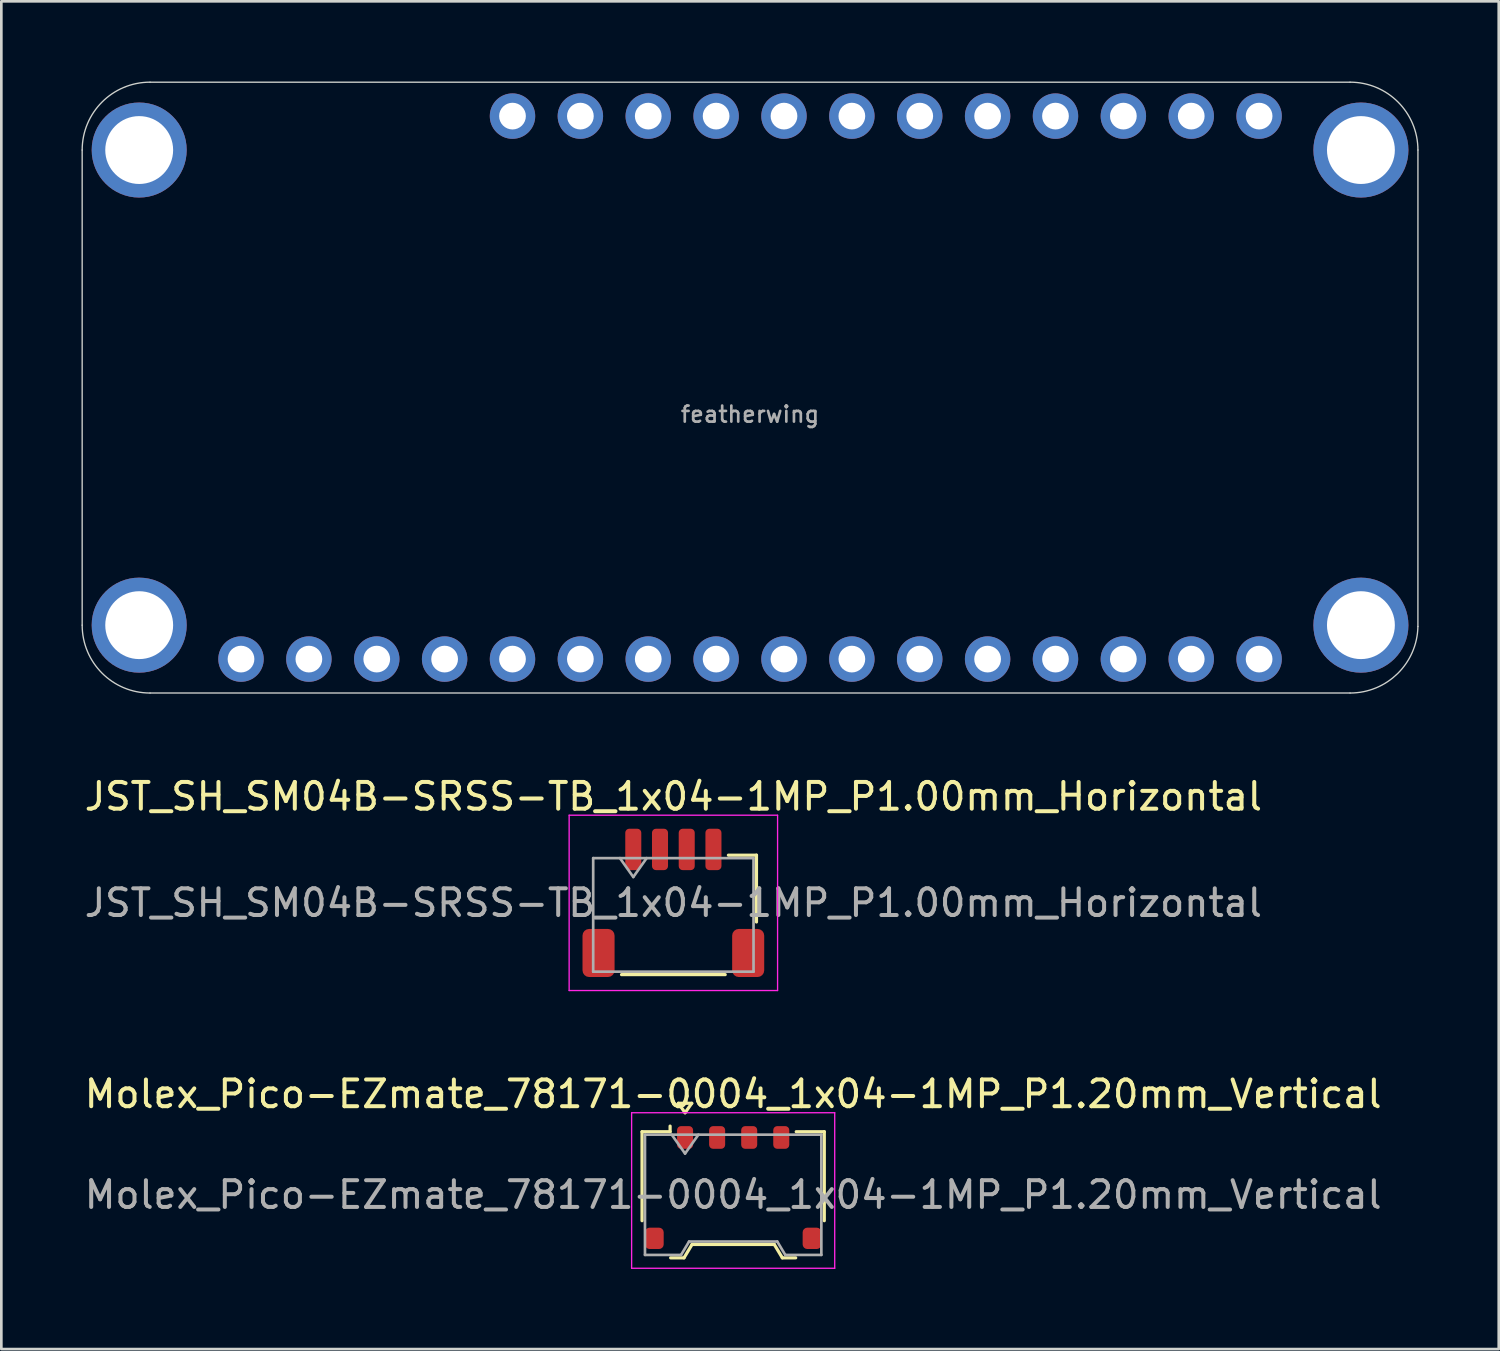
<source format=kicad_pcb>
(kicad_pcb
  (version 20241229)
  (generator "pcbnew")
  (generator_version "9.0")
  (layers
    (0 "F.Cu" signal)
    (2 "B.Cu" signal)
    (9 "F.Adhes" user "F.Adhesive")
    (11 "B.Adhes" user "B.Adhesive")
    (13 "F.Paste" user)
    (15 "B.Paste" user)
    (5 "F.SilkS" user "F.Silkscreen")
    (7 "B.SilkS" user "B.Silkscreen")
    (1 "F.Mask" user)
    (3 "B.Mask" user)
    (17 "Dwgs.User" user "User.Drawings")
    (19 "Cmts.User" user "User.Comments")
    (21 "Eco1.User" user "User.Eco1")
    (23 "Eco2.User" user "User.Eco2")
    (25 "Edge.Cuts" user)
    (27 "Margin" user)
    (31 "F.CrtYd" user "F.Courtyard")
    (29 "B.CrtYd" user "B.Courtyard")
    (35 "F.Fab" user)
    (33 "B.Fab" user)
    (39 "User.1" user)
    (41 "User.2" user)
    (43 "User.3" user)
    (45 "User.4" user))
  (footprint "featherwing"
    (layer "F.Cu")
    (at 25.019 11.455)
    (property "Reference" "featherwing" (at 0 1 0) (layer "F.Fab") (effects (font (size 0.6 0.6) (thickness 0.1))))
    (attr through_hole)
    (fp_line (start -24.994 -8.89) (end -24.994 8.89) (stroke (width 0.05) (type solid)) (layer "Edge.Cuts"))
    (fp_line (start -22.454 11.43) (end 22.454 11.43) (stroke (width 0.05) (type solid)) (layer "Edge.Cuts"))
    (fp_line (start 22.454 -11.43) (end -22.454 -11.43) (stroke (width 0.05) (type solid)) (layer "Edge.Cuts"))
    (fp_line (start 24.993 8.939) (end 24.994 -8.89) (stroke (width 0.05) (type solid)) (layer "Edge.Cuts"))
    (fp_arc (start -24.9936 -8.89) (mid -24.249651 -10.686051) (end -22.4536 -11.43) (stroke (width 0.05) (type solid)) (layer "Edge.Cuts"))
    (fp_arc (start -22.4536 11.43) (mid -24.249651 10.686051) (end -24.9936 8.89) (stroke (width 0.05) (type solid)) (layer "Edge.Cuts"))
    (fp_arc (start 22.4536 -11.43) (mid 24.249651 -10.686051) (end 24.9936 -8.89) (stroke (width 0.05) (type solid)) (layer "Edge.Cuts"))
    (fp_arc (start 24.993132 8.938762) (mid 24.232328 10.703209) (end 22.4536 11.43) (stroke (width 0.05) (type solid)) (layer "Edge.Cuts"))
    (fp_text user "${REFERENCE}" (at 17.78 8.89 180) (layer "Eco1.User") (effects (font (size 0.3 0.3) (thickness 0.03))))
    (pad "" np_thru_hole circle (at -22.86 -8.89) (size 3.556 3.556) (drill 2.54) (layers "*.Cu" "*.Mask"))
    (pad "" np_thru_hole circle (at -22.86 8.89) (size 3.556 3.556) (drill 2.54) (layers "*.Cu" "*.Mask"))
    (pad "" np_thru_hole circle (at 22.86 -8.89) (size 3.556 3.556) (drill 2.54) (layers "*.Cu" "*.Mask"))
    (pad "" np_thru_hole circle (at 22.86 8.89) (size 3.556 3.556) (drill 2.54) (layers "*.Cu" "*.Mask"))
    (pad "1" thru_hole circle (at -19.05 10.16) (size 1.7 1.7) (drill 1) (layers "*.Cu" "*.Mask"))
    (pad "2" thru_hole circle (at -16.51 10.16) (size 1.7 1.7) (drill 1) (layers "*.Cu" "*.Mask"))
    (pad "3" thru_hole circle (at -13.97 10.16) (size 1.7 1.7) (drill 1) (layers "*.Cu" "*.Mask"))
    (pad "4" thru_hole circle (at -11.43 10.16) (size 1.7 1.7) (drill 1) (layers "*.Cu" "*.Mask"))
    (pad "5" thru_hole circle (at -8.89 10.16) (size 1.7 1.7) (drill 1) (layers "*.Cu" "*.Mask"))
    (pad "6" thru_hole circle (at -6.35 10.16) (size 1.7 1.7) (drill 1) (layers "*.Cu" "*.Mask"))
    (pad "7" thru_hole circle (at -3.81 10.16) (size 1.7 1.7) (drill 1) (layers "*.Cu" "*.Mask"))
    (pad "8" thru_hole circle (at -1.27 10.16) (size 1.7 1.7) (drill 1) (layers "*.Cu" "*.Mask"))
    (pad "9" thru_hole circle (at 1.27 10.16) (size 1.7 1.7) (drill 1) (layers "*.Cu" "*.Mask"))
    (pad "10" thru_hole circle (at 3.81 10.16) (size 1.7 1.7) (drill 1) (layers "*.Cu" "*.Mask"))
    (pad "11" thru_hole circle (at 6.35 10.16) (size 1.7 1.7) (drill 1) (layers "*.Cu" "*.Mask"))
    (pad "12" thru_hole circle (at 8.89 10.16) (size 1.7 1.7) (drill 1) (layers "*.Cu" "*.Mask"))
    (pad "13" thru_hole circle (at 11.43 10.16) (size 1.7 1.7) (drill 1) (layers "*.Cu" "*.Mask"))
    (pad "14" thru_hole circle (at 13.97 10.16) (size 1.7 1.7) (drill 1) (layers "*.Cu" "*.Mask"))
    (pad "15" thru_hole circle (at 16.51 10.16) (size 1.7 1.7) (drill 1) (layers "*.Cu" "*.Mask"))
    (pad "16" thru_hole circle (at 19.05 10.16) (size 1.7 1.7) (drill 1) (layers "*.Cu" "*.Mask"))
    (pad "17" thru_hole circle (at 19.05 -10.16) (size 1.7 1.7) (drill 1) (layers "*.Cu" "*.Mask"))
    (pad "18" thru_hole circle (at 16.51 -10.16) (size 1.7 1.7) (drill 1) (layers "*.Cu" "*.Mask"))
    (pad "19" thru_hole circle (at 13.97 -10.16) (size 1.7 1.7) (drill 1) (layers "*.Cu" "*.Mask"))
    (pad "20" thru_hole circle (at 11.43 -10.16) (size 1.7 1.7) (drill 1) (layers "*.Cu" "*.Mask"))
    (pad "21" thru_hole circle (at 8.89 -10.16) (size 1.7 1.7) (drill 1) (layers "*.Cu" "*.Mask"))
    (pad "22" thru_hole circle (at 6.35 -10.16) (size 1.7 1.7) (drill 1) (layers "*.Cu" "*.Mask"))
    (pad "23" thru_hole circle (at 3.81 -10.16) (size 1.7 1.7) (drill 1) (layers "*.Cu" "*.Mask"))
    (pad "24" thru_hole circle (at 1.27 -10.16) (size 1.7 1.7) (drill 1) (layers "*.Cu" "*.Mask"))
    (pad "25" thru_hole circle (at -1.27 -10.16) (size 1.7 1.7) (drill 1) (layers "*.Cu" "*.Mask"))
    (pad "26" thru_hole circle (at -3.81 -10.16) (size 1.7 1.7) (drill 1) (layers "*.Cu" "*.Mask"))
    (pad "27" thru_hole circle (at -6.35 -10.16) (size 1.7 1.7) (drill 1) (layers "*.Cu" "*.Mask"))
    (pad "28" thru_hole circle (at -8.89 -10.16) (size 1.7 1.7) (drill 1) (layers "*.Cu" "*.Mask")))
  (footprint "JST_SH_SM04B-SRSS-TB_1x04-1MP_P1.00mm_Horizontal"
    (layer "F.Cu")
    (at 22.149 30.738)
    (property "Reference" "JST_SH_SM04B-SRSS-TB_1x04-1MP_P1.00mm_Horizontal" (at 0 -3.98 0) (layer "F.SilkS") (effects (font (size 1 1) (thickness 0.15))))
    (attr smd)
    (fp_line (start -1.94 2.685) (end 1.94 2.685) (stroke (width 0.12) (type solid)) (layer "F.SilkS"))
    (fp_line (start 3.11 -1.785) (end 2.06 -1.785) (stroke (width 0.12) (type solid)) (layer "F.SilkS"))
    (fp_line (start 3.11 0.715) (end 3.11 -1.785) (stroke (width 0.12) (type solid)) (layer "F.SilkS"))
    (fp_line (start -3.9 -3.28) (end -3.9 3.28) (stroke (width 0.05) (type solid)) (layer "F.CrtYd"))
    (fp_line (start -3.9 3.28) (end 3.9 3.28) (stroke (width 0.05) (type solid)) (layer "F.CrtYd"))
    (fp_line (start 3.9 -3.28) (end -3.9 -3.28) (stroke (width 0.05) (type solid)) (layer "F.CrtYd"))
    (fp_line (start 3.9 3.28) (end 3.9 -3.28) (stroke (width 0.05) (type solid)) (layer "F.CrtYd"))
    (fp_line (start -3 -1.675) (end -3 2.575) (stroke (width 0.1) (type solid)) (layer "F.Fab"))
    (fp_line (start -3 -1.675) (end 3 -1.675) (stroke (width 0.1) (type solid)) (layer "F.Fab"))
    (fp_line (start -3 2.575) (end 3 2.575) (stroke (width 0.1) (type solid)) (layer "F.Fab"))
    (fp_line (start -2 -1.675) (end -1.5 -0.968) (stroke (width 0.1) (type solid)) (layer "F.Fab"))
    (fp_line (start -1.5 -0.968) (end -1 -1.675) (stroke (width 0.1) (type solid)) (layer "F.Fab"))
    (fp_line (start 3 -1.675) (end 3 2.575) (stroke (width 0.1) (type solid)) (layer "F.Fab"))
    (fp_text user "${REFERENCE}" (at 0 0 0) (layer "F.Fab") (effects (font (size 1 1) (thickness 0.15))))
    (pad "1" smd roundrect (at -1.5 -2) (size 0.6 1.55) (layers "F.Cu" "F.Mask" "F.Paste") (roundrect_rratio 0.25))
    (pad "2" smd roundrect (at -0.5 -2) (size 0.6 1.55) (layers "F.Cu" "F.Mask" "F.Paste") (roundrect_rratio 0.25))
    (pad "3" smd roundrect (at 0.5 -2) (size 0.6 1.55) (layers "F.Cu" "F.Mask" "F.Paste") (roundrect_rratio 0.25))
    (pad "4" smd roundrect (at 1.5 -2) (size 0.6 1.55) (layers "F.Cu" "F.Mask" "F.Paste") (roundrect_rratio 0.25))
    (pad "MP" smd roundrect (at -2.8 1.875) (size 1.2 1.8) (layers "F.Cu" "F.Mask" "F.Paste") (roundrect_rratio 0.208))
    (pad "MP" smd roundrect (at 2.8 1.875) (size 1.2 1.8) (layers "F.Cu" "F.Mask" "F.Paste") (roundrect_rratio 0.208)))
  (footprint "Molex_Pico-EZmate_78171-0004_1x04-1MP_P1.20mm_Vertical"
    (layer "F.Cu")
    (at 24.387 41.392)
    (property "Reference" "Molex_Pico-EZmate_78171-0004_1x04-1MP_P1.20mm_Vertical" (at 0 -3.5 0) (layer "F.SilkS") (effects (font (size 1 1) (thickness 0.15))))
    (attr smd)
    (fp_line (start -3.41 -2.09) (end -2.36 -2.09) (stroke (width 0.12) (type solid)) (layer "F.SilkS"))
    (fp_line (start -3.41 1.24) (end -3.41 -2.09) (stroke (width 0.12) (type solid)) (layer "F.SilkS"))
    (fp_line (start -2.36 -2.09) (end -2.36 -2.3) (stroke (width 0.12) (type solid)) (layer "F.SilkS"))
    (fp_line (start -2.34 2.63) (end -1.84 2.63) (stroke (width 0.12) (type solid)) (layer "F.SilkS"))
    (fp_line (start -2.05 -3.154) (end -1.8 -2.8) (stroke (width 0.12) (type solid)) (layer "F.SilkS"))
    (fp_line (start -1.84 2.63) (end -1.54 2.13) (stroke (width 0.12) (type solid)) (layer "F.SilkS"))
    (fp_line (start -1.8 -2.8) (end -1.55 -3.154) (stroke (width 0.12) (type solid)) (layer "F.SilkS"))
    (fp_line (start -1.55 -3.154) (end -2.05 -3.154) (stroke (width 0.12) (type solid)) (layer "F.SilkS"))
    (fp_line (start -1.54 2.13) (end 1.54 2.13) (stroke (width 0.12) (type solid)) (layer "F.SilkS"))
    (fp_line (start 1.54 2.13) (end 1.84 2.63) (stroke (width 0.12) (type solid)) (layer "F.SilkS"))
    (fp_line (start 1.84 2.63) (end 2.34 2.63) (stroke (width 0.12) (type solid)) (layer "F.SilkS"))
    (fp_line (start 3.41 -2.09) (end 2.36 -2.09) (stroke (width 0.12) (type solid)) (layer "F.SilkS"))
    (fp_line (start 3.41 1.24) (end 3.41 -2.09) (stroke (width 0.12) (type solid)) (layer "F.SilkS"))
    (fp_line (start -3.8 -2.8) (end -3.8 3.02) (stroke (width 0.05) (type solid)) (layer "F.CrtYd"))
    (fp_line (start -3.8 3.02) (end 3.8 3.02) (stroke (width 0.05) (type solid)) (layer "F.CrtYd"))
    (fp_line (start 3.8 -2.8) (end -3.8 -2.8) (stroke (width 0.05) (type solid)) (layer "F.CrtYd"))
    (fp_line (start 3.8 3.02) (end 3.8 -2.8) (stroke (width 0.05) (type solid)) (layer "F.CrtYd"))
    (fp_line (start -3.3 -1.98) (end -3.3 2.52) (stroke (width 0.1) (type solid)) (layer "F.Fab"))
    (fp_line (start -3.3 -1.98) (end 3.3 -1.98) (stroke (width 0.1) (type solid)) (layer "F.Fab"))
    (fp_line (start -3.3 2.52) (end -1.95 2.52) (stroke (width 0.1) (type solid)) (layer "F.Fab"))
    (fp_line (start -2.3 -1.98) (end -1.8 -1.273) (stroke (width 0.1) (type solid)) (layer "F.Fab"))
    (fp_line (start -1.95 2.52) (end -1.65 2.02) (stroke (width 0.1) (type solid)) (layer "F.Fab"))
    (fp_line (start -1.8 -1.273) (end -1.3 -1.98) (stroke (width 0.1) (type solid)) (layer "F.Fab"))
    (fp_line (start -1.65 2.02) (end 1.65 2.02) (stroke (width 0.1) (type solid)) (layer "F.Fab"))
    (fp_line (start 1.65 2.02) (end 1.95 2.52) (stroke (width 0.1) (type solid)) (layer "F.Fab"))
    (fp_line (start 1.95 2.52) (end 3.3 2.52) (stroke (width 0.1) (type solid)) (layer "F.Fab"))
    (fp_line (start 3.3 -1.98) (end 3.3 2.52) (stroke (width 0.1) (type solid)) (layer "F.Fab"))
    (fp_text user "${REFERENCE}" (at 0 0.27 0) (layer "F.Fab") (effects (font (size 1 1) (thickness 0.15))))
    (pad "1" smd roundrect (at -1.8 -1.875) (size 0.6 0.85) (layers "F.Cu" "F.Mask" "F.Paste") (roundrect_rratio 0.25))
    (pad "2" smd roundrect (at -0.6 -1.875) (size 0.6 0.85) (layers "F.Cu" "F.Mask" "F.Paste") (roundrect_rratio 0.25))
    (pad "3" smd roundrect (at 0.6 -1.875) (size 0.6 0.85) (layers "F.Cu" "F.Mask" "F.Paste") (roundrect_rratio 0.25))
    (pad "4" smd roundrect (at 1.8 -1.875) (size 0.6 0.85) (layers "F.Cu" "F.Mask" "F.Paste") (roundrect_rratio 0.25))
    (pad "MP" smd roundrect (at -2.95 1.9) (size 0.7 0.8) (layers "F.Cu" "F.Mask" "F.Paste") (roundrect_rratio 0.25))
    (pad "MP" smd roundrect (at 2.95 1.9) (size 0.7 0.8) (layers "F.Cu" "F.Mask" "F.Paste") (roundrect_rratio 0.25)))
  (gr_rect
    (start -3 -3)
    (end 53.037 47.437)
    (stroke (width 0.1) (type default))
    (fill no)
    (layer "Edge.Cuts")))
</source>
